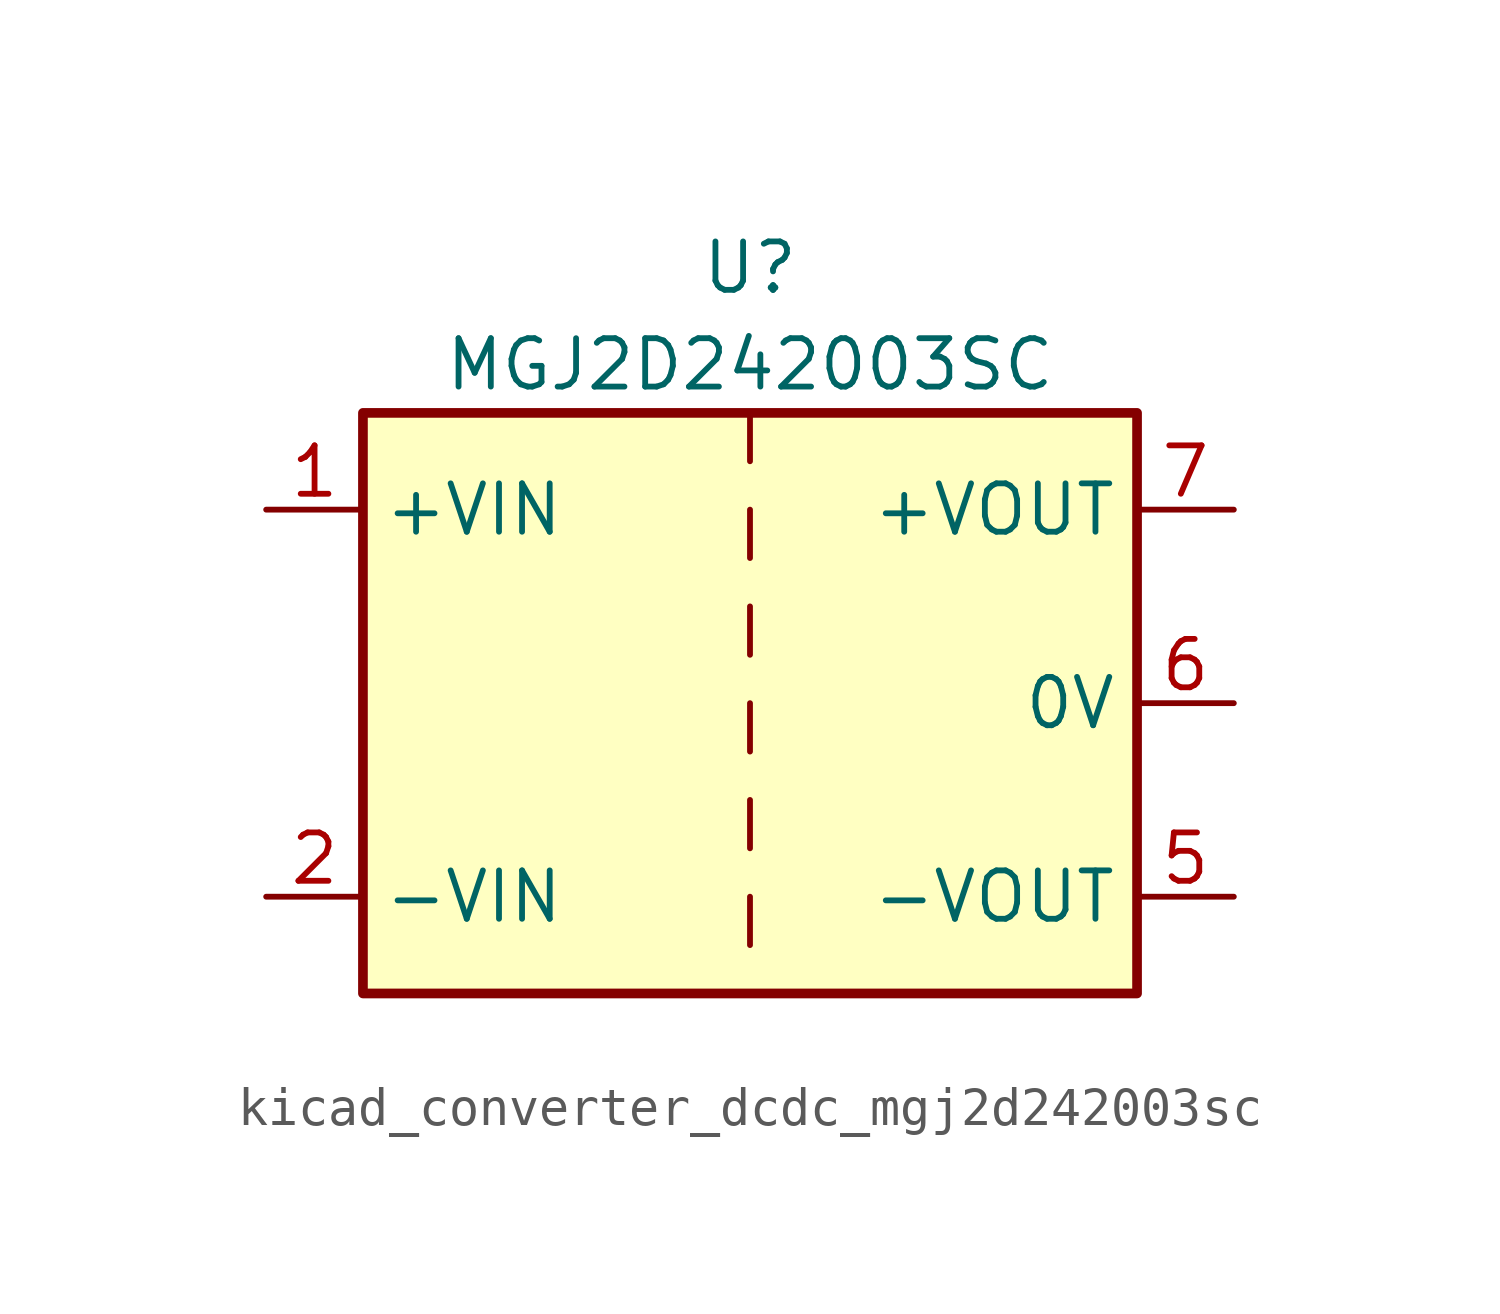
<source format=kicad_sym>
(kicad_symbol_lib
  (version 20220914)
  (generator kicad_symbol_editor)
  (symbol "kicad_converter_dcdc_mgj2d242003sc"
    (property "Reference" "U"
      (at 0 11.43 0)
      (effects (font (size 1.27 1.27))))
    (property "Value" "MGJ2D242003SC"
      (at 0 8.89 0)
      (effects (font (size 1.27 1.27))))
    (symbol "kicad_converter_dcdc_mgj2d242003sc_0_1"
      (rectangle (start -10.16 7.62) (end 10.16 -7.62) (stroke (width 0.254) (type default)) (fill (type background)))
      (polyline (pts (xy 0 -5.08) (xy 0 -6.35)) (stroke (width 0) (type default)) (fill (type none)))
      (polyline (pts (xy 0 -2.54) (xy 0 -3.81)) (stroke (width 0) (type default)) (fill (type none)))
      (polyline (pts (xy 0 0) (xy 0 -1.27)) (stroke (width 0) (type default)) (fill (type none)))
      (polyline (pts (xy 0 2.54) (xy 0 1.27)) (stroke (width 0) (type default)) (fill (type none)))
      (polyline (pts (xy 0 5.08) (xy 0 3.81)) (stroke (width 0) (type default)) (fill (type none)))
      (polyline (pts (xy 0 7.62) (xy 0 6.35)) (stroke (width 0) (type default)) (fill (type none))))
    (symbol "kicad_converter_dcdc_mgj2d242003sc_1_1"
      (pin power_in line (at -12.7 5.08 0) (length 2.54) (name "+VIN" (effects (font (size 1.27 1.27)))) (number "1" (effects (font (size 1.27 1.27)))))
      (pin power_in line (at -12.7 -5.08 0) (length 2.54) (name "-VIN" (effects (font (size 1.27 1.27)))) (number "2" (effects (font (size 1.27 1.27)))))
      (pin power_out line (at 12.7 -5.08 180) (length 2.54) (name "-VOUT" (effects (font (size 1.27 1.27)))) (number "5" (effects (font (size 1.27 1.27)))))
      (pin power_out line (at 12.7 0 180) (length 2.54) (name "0V" (effects (font (size 1.27 1.27)))) (number "6" (effects (font (size 1.27 1.27)))))
      (pin power_out line (at 12.7 5.08 180) (length 2.54) (name "+VOUT" (effects (font (size 1.27 1.27)))) (number "7" (effects (font (size 1.27 1.27))))))))
</source>
